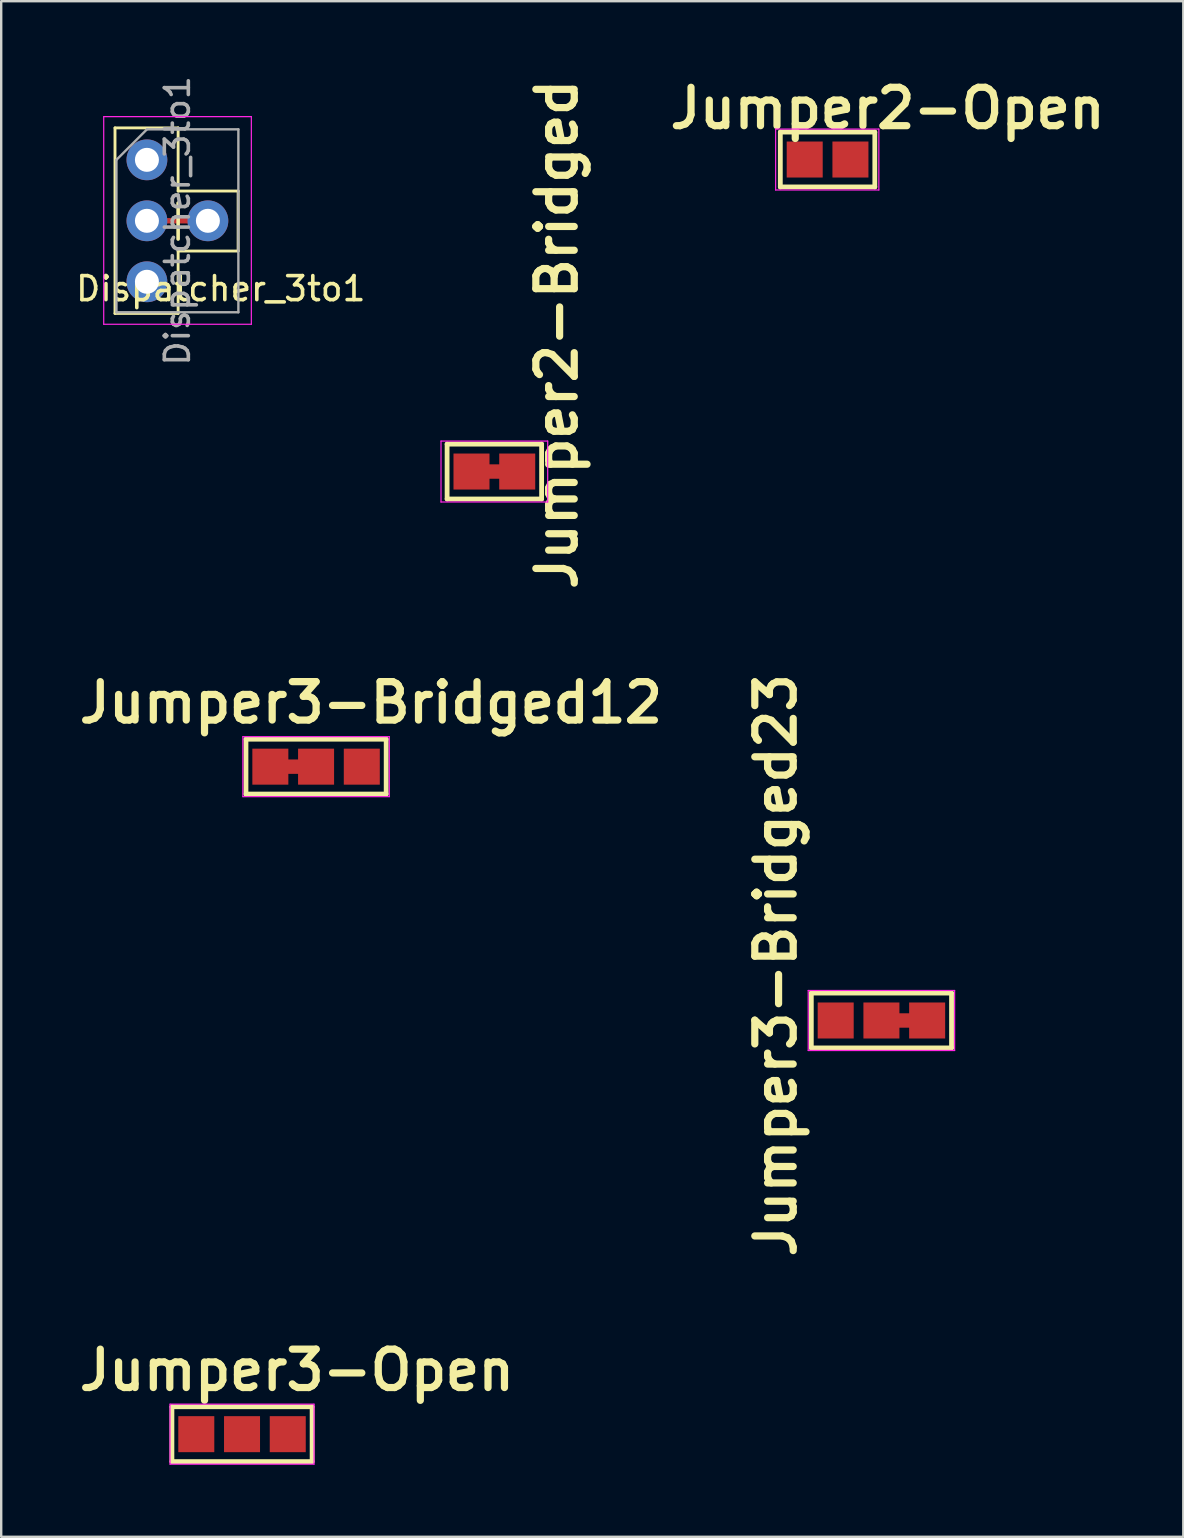
<source format=kicad_pcb>
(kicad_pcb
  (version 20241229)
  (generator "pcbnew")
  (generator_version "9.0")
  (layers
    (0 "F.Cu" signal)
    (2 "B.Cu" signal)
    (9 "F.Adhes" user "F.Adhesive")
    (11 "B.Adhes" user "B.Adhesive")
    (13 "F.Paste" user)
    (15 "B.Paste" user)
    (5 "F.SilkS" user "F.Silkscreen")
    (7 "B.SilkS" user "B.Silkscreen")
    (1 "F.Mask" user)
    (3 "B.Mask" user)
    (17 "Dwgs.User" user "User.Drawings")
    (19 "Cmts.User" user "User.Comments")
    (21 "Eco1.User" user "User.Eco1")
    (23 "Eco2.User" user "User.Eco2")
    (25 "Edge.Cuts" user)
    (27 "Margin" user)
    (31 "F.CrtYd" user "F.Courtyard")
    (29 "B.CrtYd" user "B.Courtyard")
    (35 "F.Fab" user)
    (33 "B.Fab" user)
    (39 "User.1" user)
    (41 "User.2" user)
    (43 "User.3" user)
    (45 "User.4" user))
  (footprint "Dispatcher_3to1"
    (layer "F.Cu")
    (at 3.071 3.609)
    (property "Reference" "Dispatcher_3to1" (at 3.078 5.368 180) (layer "F.SilkS") (effects (font (size 1 1) (thickness 0.15))))
    (attr through_hole)
    (fp_poly (pts (xy 2.2 2.5) (xy 2.2 2.575) (xy 0.35 2.575) (xy 0.35 2.5)) (stroke (width 0.15) (type solid)) (fill yes) (layer "F.Cu"))
    (fp_line (start -1.33 -1.33) (end -1.33 6.4) (stroke (width 0.12) (type solid)) (layer "F.SilkS"))
    (fp_line (start -1.33 -1.33) (end 1.3 -1.33) (stroke (width 0.12) (type solid)) (layer "F.SilkS"))
    (fp_line (start -1.33 6.4) (end 1.3 6.4) (stroke (width 0.12) (type solid)) (layer "F.SilkS"))
    (fp_line (start 1.3 -1.33) (end 1.3 1.3) (stroke (width 0.12) (type solid)) (layer "F.SilkS"))
    (fp_line (start 1.3 1.3) (end 3.8 1.3) (stroke (width 0.12) (type solid)) (layer "F.SilkS"))
    (fp_line (start 1.3 1.8) (end 1.3 3.3) (stroke (width 0.15) (type solid)) (layer "F.SilkS"))
    (fp_line (start 1.3 3.8) (end 1.3 6.4) (stroke (width 0.12) (type solid)) (layer "F.SilkS"))
    (fp_line (start 3.8 1.3) (end 3.8 3.8) (stroke (width 0.12) (type solid)) (layer "F.SilkS"))
    (fp_line (start 3.8 3.8) (end 1.3 3.8) (stroke (width 0.12) (type solid)) (layer "F.SilkS"))
    (fp_line (start -1.8 -1.8) (end -1.8 6.85) (stroke (width 0.05) (type solid)) (layer "F.CrtYd"))
    (fp_line (start -1.8 6.85) (end 4.35 6.85) (stroke (width 0.05) (type solid)) (layer "F.CrtYd"))
    (fp_line (start 4.35 -1.8) (end -1.8 -1.8) (stroke (width 0.05) (type solid)) (layer "F.CrtYd"))
    (fp_line (start 4.35 6.85) (end 4.35 -1.8) (stroke (width 0.05) (type solid)) (layer "F.CrtYd"))
    (fp_line (start -1.27 0) (end 0 -1.27) (stroke (width 0.1) (type solid)) (layer "F.Fab"))
    (fp_line (start -1.27 6.35) (end -1.27 0) (stroke (width 0.1) (type solid)) (layer "F.Fab"))
    (fp_line (start 0 -1.27) (end 3.81 -1.27) (stroke (width 0.1) (type solid)) (layer "F.Fab"))
    (fp_line (start 3.81 -1.27) (end 3.81 6.35) (stroke (width 0.1) (type solid)) (layer "F.Fab"))
    (fp_line (start 3.81 6.35) (end -1.27 6.35) (stroke (width 0.1) (type solid)) (layer "F.Fab"))
    (fp_text user "${REFERENCE}" (at 1.27 2.54 270) (layer "F.Fab") (effects (font (size 1 1) (thickness 0.15))))
    (pad "1" thru_hole circle (at 0 0) (size 1.7 1.7) (drill 1) (layers "*.Cu" "*.Mask"))
    (pad "2" thru_hole oval (at 2.54 2.54) (size 1.7 1.7) (drill 1) (layers "*.Cu" "*.Mask"))
    (pad "3" thru_hole oval (at 0 5.08 45) (size 1.7 1.7) (drill 1) (layers "*.Cu" "*.Mask"))
    (pad "4" thru_hole oval (at 0 2.54) (size 1.7 1.7) (drill 1) (layers "*.Cu" "*.Mask")))
  (footprint "Jumper3-Bridged23"
    (layer "F.Cu")
    (at 33.671 39.465)
    (property "Reference" "Jumper3-Bridged23" (at -4.4 -2.3 90) (layer "F.SilkS") (effects (font (size 1.6 1.6) (thickness 0.3))))
    (attr exclude_from_pos_files exclude_from_bom allow_soldermask_bridges)
    (fp_poly (pts (xy 0.454 -0.3) (xy 1.451 -0.3) (xy 1.451 0.3) (xy 0.454 0.3)) (stroke (width 0) (type solid)) (fill yes) (layer "F.Cu"))
    (fp_rect (start 0.75 -0.75) (end 1.155 0.75) (stroke (width 0) (type solid)) (fill yes) (layer "F.Mask"))
    (fp_line (start -2.921 -1.143) (end 2.921 -1.143) (stroke (width 0.2) (type solid)) (layer "F.SilkS"))
    (fp_line (start -2.921 1.143) (end -2.921 -1.143) (stroke (width 0.2) (type solid)) (layer "F.SilkS"))
    (fp_line (start 2.921 -1.143) (end 2.921 1.143) (stroke (width 0.2) (type solid)) (layer "F.SilkS"))
    (fp_line (start 2.921 1.143) (end -2.921 1.143) (stroke (width 0.2) (type solid)) (layer "F.SilkS"))
    (fp_line (start -3.05 -1.25) (end -3.05 1.25) (stroke (width 0.05) (type solid)) (layer "F.CrtYd"))
    (fp_line (start -3.05 -1.25) (end 3.05 -1.25) (stroke (width 0.05) (type solid)) (layer "F.CrtYd"))
    (fp_line (start 3.05 1.25) (end -3.05 1.25) (stroke (width 0.05) (type solid)) (layer "F.CrtYd"))
    (fp_line (start 3.05 1.25) (end 3.05 -1.25) (stroke (width 0.05) (type solid)) (layer "F.CrtYd"))
    (pad "1" smd rect (at -1.905 0) (size 1.5 1.5) (layers "F.Cu" "F.Mask"))
    (pad "2" smd rect (at 0 0) (size 1.5 1.5) (layers "F.Cu" "F.Mask"))
    (pad "3" smd rect (at 1.905 0) (size 1.5 1.5) (layers "F.Cu" "F.Mask")))
  (footprint "Jumper2-Open"
    (layer "F.Cu")
    (at 31.364 3.596)
    (property "Reference" "Jumper2-Open" (at 2.565 -2.134 0) (layer "F.SilkS") (effects (font (size 1.6 1.6) (thickness 0.3))))
    (attr exclude_from_pos_files exclude_from_bom)
    (fp_line (start -1.905 -1.143) (end 2.032 -1.143) (stroke (width 0.2) (type solid)) (layer "F.SilkS"))
    (fp_line (start -1.905 1.143) (end -1.905 -1.143) (stroke (width 0.2) (type solid)) (layer "F.SilkS"))
    (fp_line (start 2.032 -1.143) (end 2.032 1.143) (stroke (width 0.2) (type solid)) (layer "F.SilkS"))
    (fp_line (start 2.032 1.143) (end -1.905 1.143) (stroke (width 0.2) (type solid)) (layer "F.SilkS"))
    (fp_line (start -2.1 -1.27) (end -2.1 1.27) (stroke (width 0.05) (type solid)) (layer "F.CrtYd"))
    (fp_line (start -2.1 -1.27) (end 2.2 -1.27) (stroke (width 0.05) (type solid)) (layer "F.CrtYd"))
    (fp_line (start 2.2 1.27) (end -2.1 1.27) (stroke (width 0.05) (type solid)) (layer "F.CrtYd"))
    (fp_line (start 2.2 1.27) (end 2.2 -1.27) (stroke (width 0.05) (type solid)) (layer "F.CrtYd"))
    (pad "1" smd rect (at -0.889 0) (size 1.5 1.5) (layers "F.Cu" "F.Mask"))
    (pad "2" smd rect (at 1.016 0) (size 1.5 1.5) (layers "F.Cu" "F.Mask")))
  (footprint "Jumper2-Bridged"
    (layer "F.Cu")
    (at 17.482 16.595)
    (property "Reference" "Jumper2-Bridged" (at 2.667 -5.715 90) (layer "F.SilkS") (effects (font (size 1.6 1.6) (thickness 0.3))))
    (attr exclude_from_pos_files exclude_from_bom allow_soldermask_bridges)
    (fp_poly (pts (xy -0.254 -0.3) (xy 0.381 -0.3) (xy 0.381 0.3) (xy -0.254 0.3)) (stroke (width 0) (type solid)) (fill yes) (layer "F.Cu"))
    (fp_rect (start -0.139 -0.75) (end 0.266 0.75) (stroke (width 0) (type solid)) (fill yes) (layer "F.Mask"))
    (fp_line (start -1.905 -1.143) (end 2.032 -1.143) (stroke (width 0.2) (type solid)) (layer "F.SilkS"))
    (fp_line (start -1.905 1.143) (end -1.905 -1.143) (stroke (width 0.2) (type solid)) (layer "F.SilkS"))
    (fp_line (start 2.032 -1.143) (end 2.032 1.143) (stroke (width 0.2) (type solid)) (layer "F.SilkS"))
    (fp_line (start 2.032 1.143) (end -1.905 1.143) (stroke (width 0.2) (type solid)) (layer "F.SilkS"))
    (fp_line (start -2.159 -1.27) (end -2.159 1.27) (stroke (width 0.05) (type solid)) (layer "F.CrtYd"))
    (fp_line (start -2.159 -1.27) (end 2.286 -1.27) (stroke (width 0.05) (type solid)) (layer "F.CrtYd"))
    (fp_line (start 2.286 1.27) (end -2.159 1.27) (stroke (width 0.05) (type solid)) (layer "F.CrtYd"))
    (fp_line (start 2.286 1.27) (end 2.286 -1.27) (stroke (width 0.05) (type solid)) (layer "F.CrtYd"))
    (pad "1" smd rect (at -0.889 0) (size 1.5 1.5) (layers "F.Cu" "F.Mask"))
    (pad "2" smd rect (at 1.016 0) (size 1.5 1.5) (layers "F.Cu" "F.Mask")))
  (footprint "Jumper3-Bridged12"
    (layer "F.Cu")
    (at 10.118 28.89)
    (property "Reference" "Jumper3-Bridged12" (at 2.286 -2.667 0) (layer "F.SilkS") (effects (font (size 1.6 1.6) (thickness 0.3))))
    (attr exclude_from_pos_files exclude_from_bom allow_soldermask_bridges)
    (fp_poly (pts (xy -1.505 -0.3) (xy -0.508 -0.3) (xy -0.508 0.3) (xy -1.505 0.3)) (stroke (width 0) (type solid)) (fill yes) (layer "F.Cu"))
    (fp_rect (start -1.2 -0.75) (end -0.75 0.75) (stroke (width 0) (type solid)) (fill yes) (layer "F.Mask"))
    (fp_line (start -2.921 -1.143) (end 2.921 -1.143) (stroke (width 0.2) (type solid)) (layer "F.SilkS"))
    (fp_line (start -2.921 1.143) (end -2.921 -1.143) (stroke (width 0.2) (type solid)) (layer "F.SilkS"))
    (fp_line (start 2.921 -1.143) (end 2.921 1.143) (stroke (width 0.2) (type solid)) (layer "F.SilkS"))
    (fp_line (start 2.921 1.143) (end -2.921 1.143) (stroke (width 0.2) (type solid)) (layer "F.SilkS"))
    (fp_line (start -3.05 -1.25) (end -3.05 1.25) (stroke (width 0.05) (type solid)) (layer "F.CrtYd"))
    (fp_line (start -3.05 -1.25) (end 3.05 -1.25) (stroke (width 0.05) (type solid)) (layer "F.CrtYd"))
    (fp_line (start 3.05 1.25) (end -3.05 1.25) (stroke (width 0.05) (type solid)) (layer "F.CrtYd"))
    (fp_line (start 3.05 1.25) (end 3.05 -1.25) (stroke (width 0.05) (type solid)) (layer "F.CrtYd"))
    (pad "1" smd rect (at -1.905 0) (size 1.5 1.5) (layers "F.Cu" "F.Mask"))
    (pad "2" smd rect (at 0 0) (size 1.5 1.5) (layers "F.Cu" "F.Mask"))
    (pad "3" smd rect (at 1.905 0) (size 1.5 1.5) (layers "F.Cu" "F.Mask")))
  (footprint "Jumper3-Open"
    (layer "F.Cu")
    (at 7.033 56.699)
    (property "Reference" "Jumper3-Open" (at 2.286 -2.667 0) (layer "F.SilkS") (effects (font (size 1.6 1.6) (thickness 0.3))))
    (attr exclude_from_pos_files exclude_from_bom)
    (fp_line (start -2.921 -1.143) (end 2.921 -1.143) (stroke (width 0.2) (type solid)) (layer "F.SilkS"))
    (fp_line (start -2.921 1.143) (end -2.921 -1.143) (stroke (width 0.2) (type solid)) (layer "F.SilkS"))
    (fp_line (start 2.921 -1.143) (end 2.921 1.143) (stroke (width 0.2) (type solid)) (layer "F.SilkS"))
    (fp_line (start 2.921 1.143) (end -2.921 1.143) (stroke (width 0.2) (type solid)) (layer "F.SilkS"))
    (fp_line (start -3 -1.25) (end -3 1.25) (stroke (width 0.05) (type solid)) (layer "F.CrtYd"))
    (fp_line (start -3 -1.25) (end 3 -1.25) (stroke (width 0.05) (type solid)) (layer "F.CrtYd"))
    (fp_line (start 3 1.25) (end -3 1.25) (stroke (width 0.05) (type solid)) (layer "F.CrtYd"))
    (fp_line (start 3 1.25) (end 3 -1.25) (stroke (width 0.05) (type solid)) (layer "F.CrtYd"))
    (pad "1" smd rect (at -1.905 0) (size 1.5 1.5) (layers "F.Cu" "F.Mask"))
    (pad "2" smd rect (at 0 0) (size 1.5 1.5) (layers "F.Cu" "F.Mask"))
    (pad "3" smd rect (at 1.905 0) (size 1.5 1.5) (layers "F.Cu" "F.Mask")))
  (gr_rect
    (start -3 -3)
    (end 46.248 60.974)
    (stroke (width 0.1) (type default))
    (fill no)
    (layer "Edge.Cuts")))
</source>
